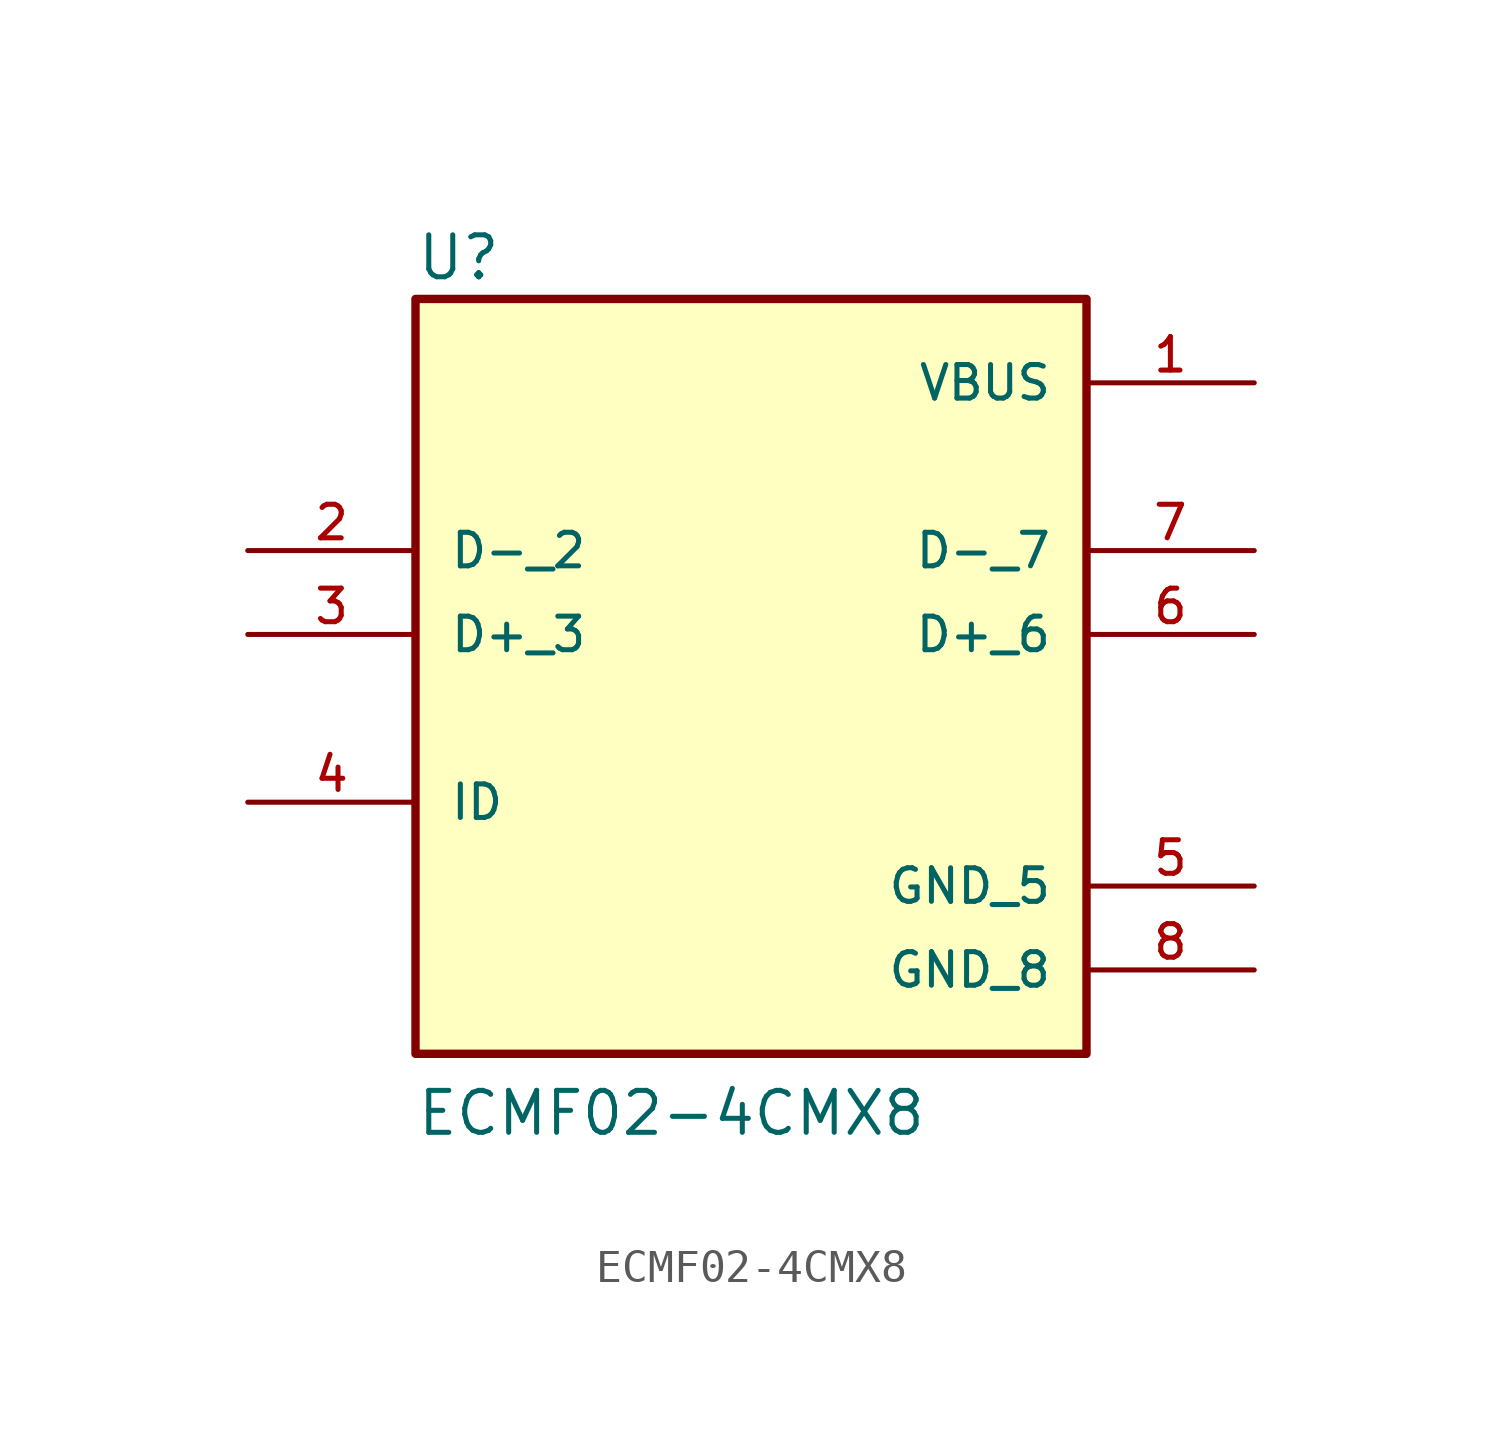
<source format=kicad_sym>
(kicad_symbol_lib
  (version 20220914)
  (generator kicad_symbol_editor)
  (symbol "ECMF02-4CMX8"
    (pin_names
      (offset 1.016))
    (property "Reference" "U"
      (at -10.16 10.668 0)
      (effects (font (size 1.27 1.27)) (justify left bottom)))
    (property "Value" "ECMF02-4CMX8"
      (at -10.16 -15.24 0)
      (effects (font (size 1.27 1.27)) (justify left bottom)))
    (property "ki_locked" ""
      (at 0 0 0)
      (effects (font (size 1.27 1.27))))
    (symbol "ECMF02-4CMX8_0_0"
      (rectangle (start -10.16 -12.7) (end 10.16 10.16) (stroke (width 0.254) (type solid)) (fill (type background)))
      (pin power_in line (at 15.24 7.62 180) (length 5.08) (name "VBUS" (effects (font (size 1.016 1.016)))) (number "1" (effects (font (size 1.016 1.016)))))
      (pin bidirectional line (at -15.24 2.54 0) (length 5.08) (name "D-_2" (effects (font (size 1.016 1.016)))) (number "2" (effects (font (size 1.016 1.016)))))
      (pin bidirectional line (at -15.24 0 0) (length 5.08) (name "D+_3" (effects (font (size 1.016 1.016)))) (number "3" (effects (font (size 1.016 1.016)))))
      (pin passive line (at -15.24 -5.08 0) (length 5.08) (name "ID" (effects (font (size 1.016 1.016)))) (number "4" (effects (font (size 1.016 1.016)))))
      (pin power_in line (at 15.24 -7.62 180) (length 5.08) (name "GND_5" (effects (font (size 1.016 1.016)))) (number "5" (effects (font (size 1.016 1.016)))))
      (pin bidirectional line (at 15.24 0 180) (length 5.08) (name "D+_6" (effects (font (size 1.016 1.016)))) (number "6" (effects (font (size 1.016 1.016)))))
      (pin bidirectional line (at 15.24 2.54 180) (length 5.08) (name "D-_7" (effects (font (size 1.016 1.016)))) (number "7" (effects (font (size 1.016 1.016)))))
      (pin power_in line (at 15.24 -10.16 180) (length 5.08) (name "GND_8" (effects (font (size 1.016 1.016)))) (number "8" (effects (font (size 1.016 1.016))))))))
</source>
